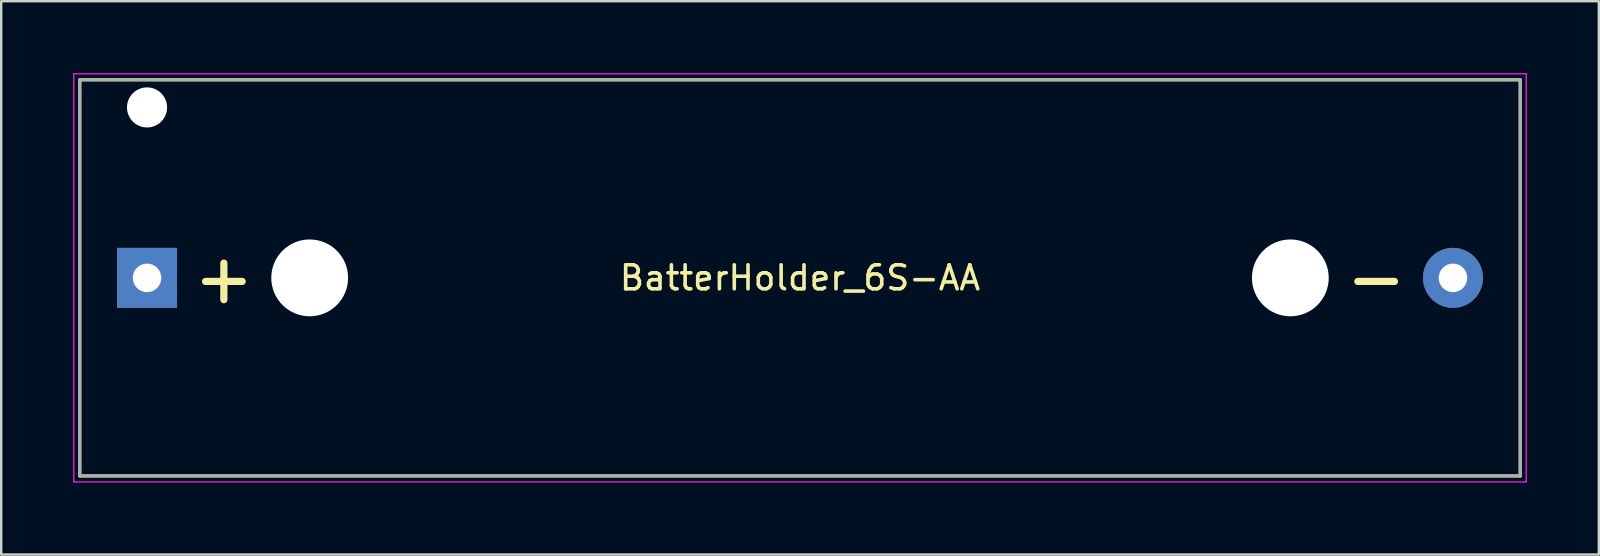
<source format=kicad_pcb>
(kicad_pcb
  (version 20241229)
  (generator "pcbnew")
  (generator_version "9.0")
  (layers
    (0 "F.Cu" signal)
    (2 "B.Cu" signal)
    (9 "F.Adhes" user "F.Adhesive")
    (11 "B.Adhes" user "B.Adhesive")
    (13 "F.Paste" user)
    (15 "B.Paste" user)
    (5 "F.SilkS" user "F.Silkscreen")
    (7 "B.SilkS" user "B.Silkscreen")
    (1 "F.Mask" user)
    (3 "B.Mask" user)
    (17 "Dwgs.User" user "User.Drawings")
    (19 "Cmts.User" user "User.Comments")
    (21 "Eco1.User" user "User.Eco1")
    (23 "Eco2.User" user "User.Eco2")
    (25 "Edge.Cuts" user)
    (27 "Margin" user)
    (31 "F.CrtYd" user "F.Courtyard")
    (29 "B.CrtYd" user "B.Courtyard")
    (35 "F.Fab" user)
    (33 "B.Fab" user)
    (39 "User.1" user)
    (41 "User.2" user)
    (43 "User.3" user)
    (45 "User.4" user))
  (footprint "BatterHolder_6S-AA"
    (layer "F.Cu")
    (at 30.275 8.525)
    (property "Reference" "BatterHolder_6S-AA" (at 0 0 0) (layer "F.SilkS") (effects (font (size 1 1) (thickness 0.15))))
    (attr through_hole)
    (fp_line (start -30 -8.25) (end 30 -8.25) (stroke (width 0.127) (type solid)) (layer "F.SilkS"))
    (fp_line (start -30 8.25) (end -30 -8.25) (stroke (width 0.127) (type solid)) (layer "F.SilkS"))
    (fp_line (start 30 -8.25) (end 30 8.25) (stroke (width 0.127) (type solid)) (layer "F.SilkS"))
    (fp_line (start 30 8.25) (end -30 8.25) (stroke (width 0.127) (type solid)) (layer "F.SilkS"))
    (fp_line (start -30.25 -8.5) (end -30.25 8.5) (stroke (width 0.05) (type solid)) (layer "F.CrtYd"))
    (fp_line (start -30.25 8.5) (end 30.25 8.5) (stroke (width 0.05) (type solid)) (layer "F.CrtYd"))
    (fp_line (start 30.25 -8.5) (end -30.25 -8.5) (stroke (width 0.05) (type solid)) (layer "F.CrtYd"))
    (fp_line (start 30.25 8.5) (end 30.25 -8.5) (stroke (width 0.05) (type solid)) (layer "F.CrtYd"))
    (fp_line (start -30 -8.25) (end 30 -8.25) (stroke (width 0.127) (type solid)) (layer "F.Fab"))
    (fp_line (start -30 8.25) (end -30 -8.25) (stroke (width 0.127) (type solid)) (layer "F.Fab"))
    (fp_line (start 30 -8.25) (end 30 8.25) (stroke (width 0.127) (type solid)) (layer "F.Fab"))
    (fp_line (start 30 8.25) (end -30 8.25) (stroke (width 0.127) (type solid)) (layer "F.Fab"))
    (fp_text user "-" (at 24 0 0) (layer "F.SilkS") (effects (font (size 2 2) (thickness 0.3))))
    (fp_text user "+" (at -24 0 0) (layer "F.SilkS") (effects (font (size 2 2) (thickness 0.3))))
    (pad "" np_thru_hole circle (at -27.2 -7.1) (size 1.67 1.67) (drill 1.67) (layers "*.Cu" "*.Mask"))
    (pad "" np_thru_hole circle (at -20.425 0) (size 3.2 3.2) (drill 3.2) (layers "*.Cu" "*.Mask"))
    (pad "" np_thru_hole circle (at 20.425 0) (size 3.2 3.2) (drill 3.2) (layers "*.Cu" "*.Mask"))
    (pad "1" thru_hole rect (at -27.2 0 180) (size 2.5 2.5) (drill 1.19) (layers "*.Cu" "*.Mask"))
    (pad "2" thru_hole circle (at 27.2 0 180) (size 2.5 2.5) (drill 1.19) (layers "*.Cu" "*.Mask")))
  (gr_rect
    (start -3 -3)
    (end 63.55 20.05)
    (stroke (width 0.1) (type default))
    (fill no)
    (layer "Edge.Cuts")))
</source>
